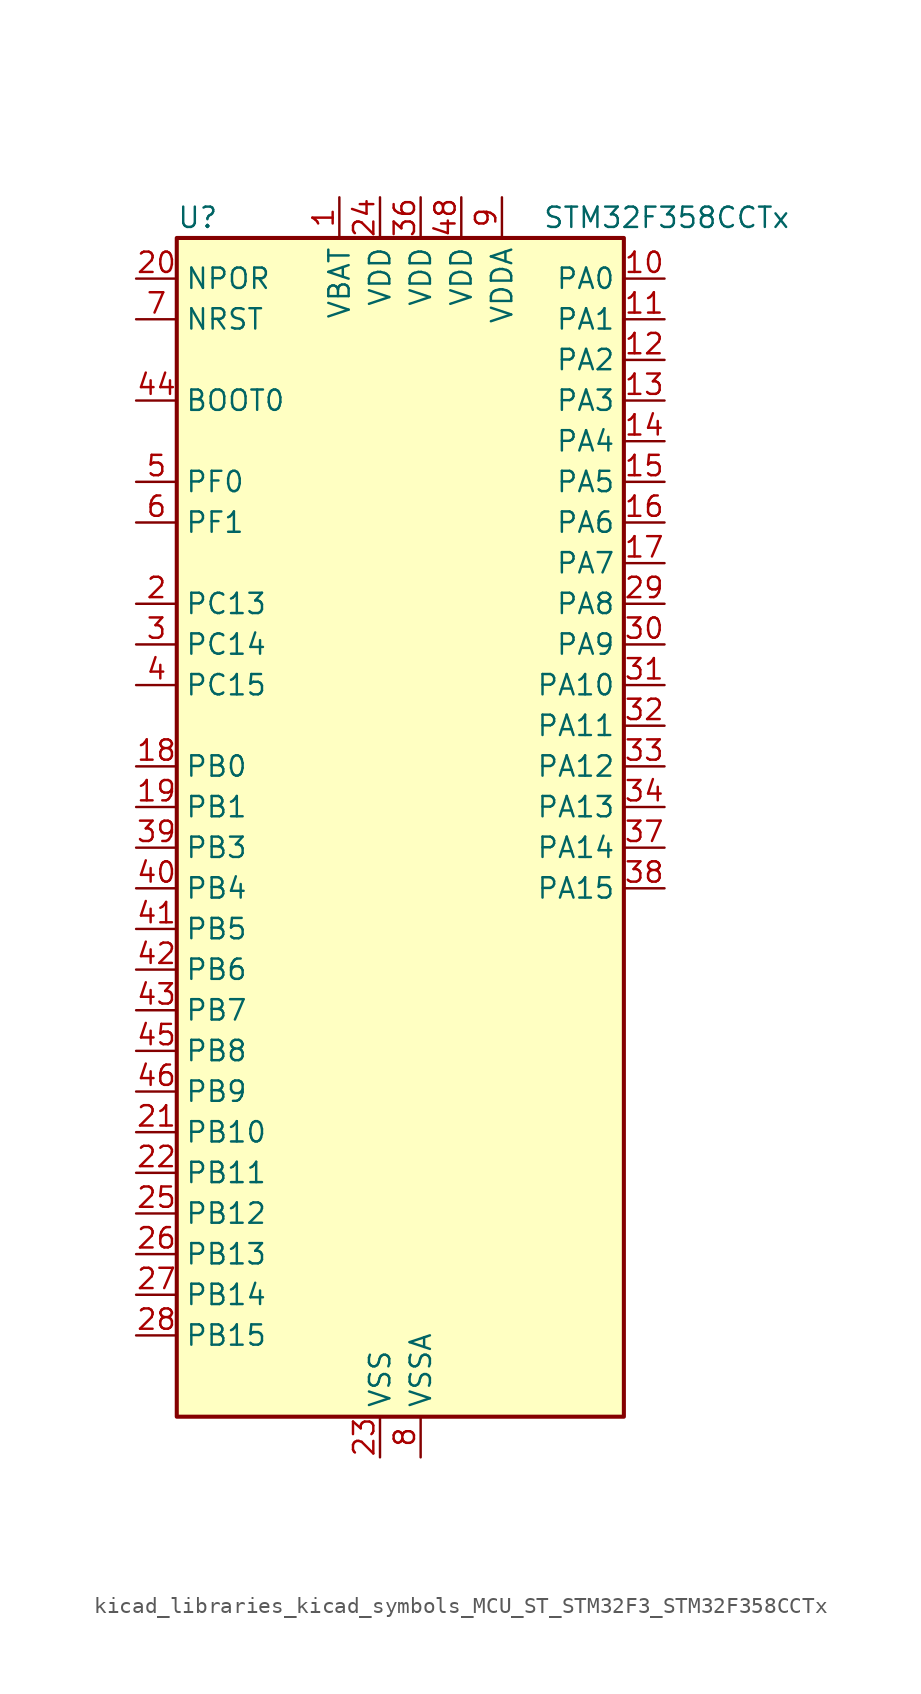
<source format=kicad_sym>
(kicad_symbol_lib
  (version 20220914)
  (generator kicad_symbol_editor)
  (symbol "kicad_libraries_kicad_symbols_MCU_ST_STM32F3_STM32F358CCTx"
    (property "Reference" "U"
      (at -12.7 39.37 0)
      (effects (font (size 1.27 1.27)) (justify left)))
    (property "Value" "STM32F358CCTx"
      (at 10.16 39.37 0)
      (effects (font (size 1.27 1.27)) (justify left)))
    (property "ki_locked" ""
      (at 0 0 0)
      (effects (font (size 1.27 1.27))))
    (symbol "kicad_libraries_kicad_symbols_MCU_ST_STM32F3_STM32F358CCTx_0_1"
      (rectangle (start -12.7 -35.56) (end 15.24 38.1) (stroke (width 0.254) (type default)) (fill (type background))))
    (symbol "kicad_libraries_kicad_symbols_MCU_ST_STM32F3_STM32F358CCTx_1_1"
      (pin power_in line (at -2.54 40.64 270) (length 2.54) (name "VBAT" (effects (font (size 1.27 1.27)))) (number "1" (effects (font (size 1.27 1.27)))))
      (pin bidirectional line (at 17.78 35.56 180) (length 2.54) (name "PA0" (effects (font (size 1.27 1.27)))) (number "10" (effects (font (size 1.27 1.27)))) (alternate "ADC1_IN1" bidirectional line) (alternate "COMP1_INM" bidirectional line) (alternate "COMP1_OUT" bidirectional line) (alternate "COMP7_INP" bidirectional line) (alternate "RTC_TAMP2" bidirectional line) (alternate "SYS_WKUP1" bidirectional line) (alternate "TIM2_CH1" bidirectional line) (alternate "TIM2_ETR" bidirectional line) (alternate "TIM8_BKIN" bidirectional line) (alternate "TIM8_ETR" bidirectional line) (alternate "TSC_G1_IO1" bidirectional line) (alternate "USART2_CTS" bidirectional line))
      (pin bidirectional line (at 17.78 33.02 180) (length 2.54) (name "PA1" (effects (font (size 1.27 1.27)))) (number "11" (effects (font (size 1.27 1.27)))) (alternate "ADC1_IN2" bidirectional line) (alternate "COMP1_INP" bidirectional line) (alternate "OPAMP1_VINP" bidirectional line) (alternate "OPAMP1_VINP_SEC" bidirectional line) (alternate "OPAMP3_VINP" bidirectional line) (alternate "OPAMP3_VINP_SEC" bidirectional line) (alternate "RTC_REFIN" bidirectional line) (alternate "TIM15_CH1N" bidirectional line) (alternate "TIM2_CH2" bidirectional line) (alternate "TSC_G1_IO2" bidirectional line) (alternate "USART2_DE" bidirectional line) (alternate "USART2_RTS" bidirectional line))
      (pin bidirectional line (at 17.78 30.48 180) (length 2.54) (name "PA2" (effects (font (size 1.27 1.27)))) (number "12" (effects (font (size 1.27 1.27)))) (alternate "ADC1_IN3" bidirectional line) (alternate "ADC3_EXTI2" bidirectional line) (alternate "ADC4_EXTI2" bidirectional line) (alternate "COMP2_INM" bidirectional line) (alternate "COMP2_OUT" bidirectional line) (alternate "OPAMP1_VOUT" bidirectional line) (alternate "TIM15_CH1" bidirectional line) (alternate "TIM2_CH3" bidirectional line) (alternate "TSC_G1_IO3" bidirectional line) (alternate "USART2_TX" bidirectional line))
      (pin bidirectional line (at 17.78 27.94 180) (length 2.54) (name "PA3" (effects (font (size 1.27 1.27)))) (number "13" (effects (font (size 1.27 1.27)))) (alternate "ADC1_IN4" bidirectional line) (alternate "COMP2_INP" bidirectional line) (alternate "OPAMP1_VINM" bidirectional line) (alternate "OPAMP1_VINM_SEC" bidirectional line) (alternate "OPAMP1_VINP" bidirectional line) (alternate "OPAMP1_VINP_SEC" bidirectional line) (alternate "TIM15_CH2" bidirectional line) (alternate "TIM2_CH4" bidirectional line) (alternate "TSC_G1_IO4" bidirectional line) (alternate "USART2_RX" bidirectional line))
      (pin bidirectional line (at 17.78 25.4 180) (length 2.54) (name "PA4" (effects (font (size 1.27 1.27)))) (number "14" (effects (font (size 1.27 1.27)))) (alternate "ADC2_IN1" bidirectional line) (alternate "COMP1_INM" bidirectional line) (alternate "COMP2_INM" bidirectional line) (alternate "COMP3_INM" bidirectional line) (alternate "COMP4_INM" bidirectional line) (alternate "COMP5_INM" bidirectional line) (alternate "COMP6_INM" bidirectional line) (alternate "COMP7_INM" bidirectional line) (alternate "DAC_OUT1" bidirectional line) (alternate "I2S3_WS" bidirectional line) (alternate "OPAMP4_VINP" bidirectional line) (alternate "OPAMP4_VINP_SEC" bidirectional line) (alternate "SPI1_NSS" bidirectional line) (alternate "SPI3_NSS" bidirectional line) (alternate "TIM3_CH2" bidirectional line) (alternate "TSC_G2_IO1" bidirectional line) (alternate "USART2_CK" bidirectional line))
      (pin bidirectional line (at 17.78 22.86 180) (length 2.54) (name "PA5" (effects (font (size 1.27 1.27)))) (number "15" (effects (font (size 1.27 1.27)))) (alternate "ADC2_IN2" bidirectional line) (alternate "COMP1_INM" bidirectional line) (alternate "COMP2_INM" bidirectional line) (alternate "COMP3_INM" bidirectional line) (alternate "COMP4_INM" bidirectional line) (alternate "COMP5_INM" bidirectional line) (alternate "COMP6_INM" bidirectional line) (alternate "COMP7_INM" bidirectional line) (alternate "DAC_OUT2" bidirectional line) (alternate "OPAMP1_VINP" bidirectional line) (alternate "OPAMP1_VINP_SEC" bidirectional line) (alternate "OPAMP2_VINM" bidirectional line) (alternate "OPAMP2_VINM_SEC" bidirectional line) (alternate "OPAMP3_VINP" bidirectional line) (alternate "OPAMP3_VINP_SEC" bidirectional line) (alternate "SPI1_SCK" bidirectional line) (alternate "TIM2_CH1" bidirectional line) (alternate "TIM2_ETR" bidirectional line) (alternate "TSC_G2_IO2" bidirectional line))
      (pin bidirectional line (at 17.78 20.32 180) (length 2.54) (name "PA6" (effects (font (size 1.27 1.27)))) (number "16" (effects (font (size 1.27 1.27)))) (alternate "ADC2_IN3" bidirectional line) (alternate "COMP1_OUT" bidirectional line) (alternate "OPAMP2_VOUT" bidirectional line) (alternate "SPI1_MISO" bidirectional line) (alternate "TIM16_CH1" bidirectional line) (alternate "TIM1_BKIN" bidirectional line) (alternate "TIM3_CH1" bidirectional line) (alternate "TIM8_BKIN" bidirectional line) (alternate "TSC_G2_IO3" bidirectional line))
      (pin bidirectional line (at 17.78 17.78 180) (length 2.54) (name "PA7" (effects (font (size 1.27 1.27)))) (number "17" (effects (font (size 1.27 1.27)))) (alternate "ADC2_IN4" bidirectional line) (alternate "COMP2_INP" bidirectional line) (alternate "COMP2_OUT" bidirectional line) (alternate "OPAMP1_VINP" bidirectional line) (alternate "OPAMP1_VINP_SEC" bidirectional line) (alternate "OPAMP2_VINP" bidirectional line) (alternate "OPAMP2_VINP_SEC" bidirectional line) (alternate "SPI1_MOSI" bidirectional line) (alternate "TIM17_CH1" bidirectional line) (alternate "TIM1_CH1N" bidirectional line) (alternate "TIM3_CH2" bidirectional line) (alternate "TIM8_CH1N" bidirectional line) (alternate "TSC_G2_IO4" bidirectional line))
      (pin bidirectional line (at -15.24 5.08 0) (length 2.54) (name "PB0" (effects (font (size 1.27 1.27)))) (number "18" (effects (font (size 1.27 1.27)))) (alternate "ADC3_IN12" bidirectional line) (alternate "COMP4_INP" bidirectional line) (alternate "OPAMP2_VINP" bidirectional line) (alternate "OPAMP2_VINP_SEC" bidirectional line) (alternate "OPAMP3_VINP" bidirectional line) (alternate "OPAMP3_VINP_SEC" bidirectional line) (alternate "TIM1_CH2N" bidirectional line) (alternate "TIM3_CH3" bidirectional line) (alternate "TIM8_CH2N" bidirectional line) (alternate "TSC_G3_IO2" bidirectional line))
      (pin bidirectional line (at -15.24 2.54 0) (length 2.54) (name "PB1" (effects (font (size 1.27 1.27)))) (number "19" (effects (font (size 1.27 1.27)))) (alternate "ADC3_IN1" bidirectional line) (alternate "COMP4_OUT" bidirectional line) (alternate "OPAMP3_VOUT" bidirectional line) (alternate "TIM1_CH3N" bidirectional line) (alternate "TIM3_CH4" bidirectional line) (alternate "TIM8_CH3N" bidirectional line) (alternate "TSC_G3_IO3" bidirectional line))
      (pin bidirectional line (at -15.24 15.24 0) (length 2.54) (name "PC13" (effects (font (size 1.27 1.27)))) (number "2" (effects (font (size 1.27 1.27)))) (alternate "RTC_OUT_ALARM" bidirectional line) (alternate "RTC_OUT_CALIB" bidirectional line) (alternate "RTC_TAMP1" bidirectional line) (alternate "RTC_TS" bidirectional line) (alternate "SYS_WKUP2" bidirectional line) (alternate "TIM1_CH1N" bidirectional line))
      (pin input line (at -15.24 35.56 0) (length 2.54) (name "NPOR" (effects (font (size 1.27 1.27)))) (number "20" (effects (font (size 1.27 1.27)))))
      (pin bidirectional line (at -15.24 -17.78 0) (length 2.54) (name "PB10" (effects (font (size 1.27 1.27)))) (number "21" (effects (font (size 1.27 1.27)))) (alternate "COMP5_INM" bidirectional line) (alternate "OPAMP3_VINM" bidirectional line) (alternate "OPAMP3_VINM_SEC" bidirectional line) (alternate "OPAMP4_VINM" bidirectional line) (alternate "OPAMP4_VINM_SEC" bidirectional line) (alternate "TIM2_CH3" bidirectional line) (alternate "TSC_SYNC" bidirectional line) (alternate "USART3_TX" bidirectional line))
      (pin bidirectional line (at -15.24 -20.32 0) (length 2.54) (name "PB11" (effects (font (size 1.27 1.27)))) (number "22" (effects (font (size 1.27 1.27)))) (alternate "ADC1_EXTI11" bidirectional line) (alternate "ADC2_EXTI11" bidirectional line) (alternate "COMP6_INP" bidirectional line) (alternate "OPAMP4_VINP" bidirectional line) (alternate "OPAMP4_VINP_SEC" bidirectional line) (alternate "TIM2_CH4" bidirectional line) (alternate "TSC_G6_IO1" bidirectional line) (alternate "USART3_RX" bidirectional line))
      (pin power_in line (at 0 -38.1 90) (length 2.54) (name "VSS" (effects (font (size 1.27 1.27)))) (number "23" (effects (font (size 1.27 1.27)))))
      (pin power_in line (at 0 40.64 270) (length 2.54) (name "VDD" (effects (font (size 1.27 1.27)))) (number "24" (effects (font (size 1.27 1.27)))))
      (pin bidirectional line (at -15.24 -22.86 0) (length 2.54) (name "PB12" (effects (font (size 1.27 1.27)))) (number "25" (effects (font (size 1.27 1.27)))) (alternate "ADC4_IN3" bidirectional line) (alternate "COMP3_INM" bidirectional line) (alternate "I2C2_SMBA" bidirectional line) (alternate "I2S2_WS" bidirectional line) (alternate "OPAMP4_VOUT" bidirectional line) (alternate "SPI2_NSS" bidirectional line) (alternate "TIM1_BKIN" bidirectional line) (alternate "TSC_G6_IO2" bidirectional line) (alternate "USART3_CK" bidirectional line))
      (pin bidirectional line (at -15.24 -25.4 0) (length 2.54) (name "PB13" (effects (font (size 1.27 1.27)))) (number "26" (effects (font (size 1.27 1.27)))) (alternate "ADC3_IN5" bidirectional line) (alternate "COMP5_INP" bidirectional line) (alternate "I2S2_CK" bidirectional line) (alternate "OPAMP3_VINP" bidirectional line) (alternate "OPAMP3_VINP_SEC" bidirectional line) (alternate "OPAMP4_VINP" bidirectional line) (alternate "OPAMP4_VINP_SEC" bidirectional line) (alternate "SPI2_SCK" bidirectional line) (alternate "TIM1_CH1N" bidirectional line) (alternate "TSC_G6_IO3" bidirectional line) (alternate "USART3_CTS" bidirectional line))
      (pin bidirectional line (at -15.24 -27.94 0) (length 2.54) (name "PB14" (effects (font (size 1.27 1.27)))) (number "27" (effects (font (size 1.27 1.27)))) (alternate "ADC4_IN4" bidirectional line) (alternate "COMP3_INP" bidirectional line) (alternate "I2S2_ext_SD" bidirectional line) (alternate "OPAMP2_VINP" bidirectional line) (alternate "OPAMP2_VINP_SEC" bidirectional line) (alternate "SPI2_MISO" bidirectional line) (alternate "TIM15_CH1" bidirectional line) (alternate "TIM1_CH2N" bidirectional line) (alternate "TSC_G6_IO4" bidirectional line) (alternate "USART3_DE" bidirectional line) (alternate "USART3_RTS" bidirectional line))
      (pin bidirectional line (at -15.24 -30.48 0) (length 2.54) (name "PB15" (effects (font (size 1.27 1.27)))) (number "28" (effects (font (size 1.27 1.27)))) (alternate "ADC1_EXTI15" bidirectional line) (alternate "ADC2_EXTI15" bidirectional line) (alternate "ADC4_IN5" bidirectional line) (alternate "COMP6_INM" bidirectional line) (alternate "I2S2_SD" bidirectional line) (alternate "RTC_REFIN" bidirectional line) (alternate "SPI2_MOSI" bidirectional line) (alternate "TIM15_CH1N" bidirectional line) (alternate "TIM15_CH2" bidirectional line) (alternate "TIM1_CH3N" bidirectional line))
      (pin bidirectional line (at 17.78 15.24 180) (length 2.54) (name "PA8" (effects (font (size 1.27 1.27)))) (number "29" (effects (font (size 1.27 1.27)))) (alternate "COMP3_OUT" bidirectional line) (alternate "I2C2_SMBA" bidirectional line) (alternate "I2S2_MCK" bidirectional line) (alternate "RCC_MCO" bidirectional line) (alternate "TIM1_CH1" bidirectional line) (alternate "TIM4_ETR" bidirectional line) (alternate "USART1_CK" bidirectional line))
      (pin bidirectional line (at -15.24 12.7 0) (length 2.54) (name "PC14" (effects (font (size 1.27 1.27)))) (number "3" (effects (font (size 1.27 1.27)))) (alternate "RCC_OSC32_IN" bidirectional line))
      (pin bidirectional line (at 17.78 12.7 180) (length 2.54) (name "PA9" (effects (font (size 1.27 1.27)))) (number "30" (effects (font (size 1.27 1.27)))) (alternate "COMP5_OUT" bidirectional line) (alternate "DAC_EXTI9" bidirectional line) (alternate "I2C2_SCL" bidirectional line) (alternate "I2S3_MCK" bidirectional line) (alternate "TIM15_BKIN" bidirectional line) (alternate "TIM1_CH2" bidirectional line) (alternate "TIM2_CH3" bidirectional line) (alternate "TSC_G4_IO1" bidirectional line) (alternate "USART1_TX" bidirectional line))
      (pin bidirectional line (at 17.78 10.16 180) (length 2.54) (name "PA10" (effects (font (size 1.27 1.27)))) (number "31" (effects (font (size 1.27 1.27)))) (alternate "COMP6_OUT" bidirectional line) (alternate "I2C2_SDA" bidirectional line) (alternate "TIM17_BKIN" bidirectional line) (alternate "TIM1_CH3" bidirectional line) (alternate "TIM2_CH4" bidirectional line) (alternate "TIM8_BKIN" bidirectional line) (alternate "TSC_G4_IO2" bidirectional line) (alternate "USART1_RX" bidirectional line))
      (pin bidirectional line (at 17.78 7.62 180) (length 2.54) (name "PA11" (effects (font (size 1.27 1.27)))) (number "32" (effects (font (size 1.27 1.27)))) (alternate "ADC1_EXTI11" bidirectional line) (alternate "ADC2_EXTI11" bidirectional line) (alternate "CAN_RX" bidirectional line) (alternate "COMP1_OUT" bidirectional line) (alternate "TIM1_BKIN2" bidirectional line) (alternate "TIM1_CH1N" bidirectional line) (alternate "TIM1_CH4" bidirectional line) (alternate "TIM4_CH1" bidirectional line) (alternate "USART1_CTS" bidirectional line))
      (pin bidirectional line (at 17.78 5.08 180) (length 2.54) (name "PA12" (effects (font (size 1.27 1.27)))) (number "33" (effects (font (size 1.27 1.27)))) (alternate "CAN_TX" bidirectional line) (alternate "COMP2_OUT" bidirectional line) (alternate "TIM16_CH1" bidirectional line) (alternate "TIM1_CH2N" bidirectional line) (alternate "TIM1_ETR" bidirectional line) (alternate "TIM4_CH2" bidirectional line) (alternate "USART1_DE" bidirectional line) (alternate "USART1_RTS" bidirectional line))
      (pin bidirectional line (at 17.78 2.54 180) (length 2.54) (name "PA13" (effects (font (size 1.27 1.27)))) (number "34" (effects (font (size 1.27 1.27)))) (alternate "IR_OUT" bidirectional line) (alternate "SYS_JTMS-SWDIO" bidirectional line) (alternate "TIM16_CH1N" bidirectional line) (alternate "TIM4_CH3" bidirectional line) (alternate "TSC_G4_IO3" bidirectional line) (alternate "USART3_CTS" bidirectional line))
      (pin passive line (at 0 -38.1 90) (length 2.54) hide (name "VSS" (effects (font (size 1.27 1.27)))) (number "35" (effects (font (size 1.27 1.27)))))
      (pin power_in line (at 2.54 40.64 270) (length 2.54) (name "VDD" (effects (font (size 1.27 1.27)))) (number "36" (effects (font (size 1.27 1.27)))))
      (pin bidirectional line (at 17.78 0 180) (length 2.54) (name "PA14" (effects (font (size 1.27 1.27)))) (number "37" (effects (font (size 1.27 1.27)))) (alternate "I2C1_SDA" bidirectional line) (alternate "SYS_JTCK-SWCLK" bidirectional line) (alternate "TIM1_BKIN" bidirectional line) (alternate "TIM8_CH2" bidirectional line) (alternate "TSC_G4_IO4" bidirectional line) (alternate "USART2_TX" bidirectional line))
      (pin bidirectional line (at 17.78 -2.54 180) (length 2.54) (name "PA15" (effects (font (size 1.27 1.27)))) (number "38" (effects (font (size 1.27 1.27)))) (alternate "ADC1_EXTI15" bidirectional line) (alternate "ADC2_EXTI15" bidirectional line) (alternate "I2C1_SCL" bidirectional line) (alternate "I2S3_WS" bidirectional line) (alternate "SPI1_NSS" bidirectional line) (alternate "SPI3_NSS" bidirectional line) (alternate "SYS_JTDI" bidirectional line) (alternate "TIM1_BKIN" bidirectional line) (alternate "TIM2_CH1" bidirectional line) (alternate "TIM2_ETR" bidirectional line) (alternate "TIM8_CH1" bidirectional line) (alternate "USART2_RX" bidirectional line))
      (pin bidirectional line (at -15.24 0 0) (length 2.54) (name "PB3" (effects (font (size 1.27 1.27)))) (number "39" (effects (font (size 1.27 1.27)))) (alternate "I2S3_CK" bidirectional line) (alternate "SPI1_SCK" bidirectional line) (alternate "SPI3_SCK" bidirectional line) (alternate "SYS_JTDO-TRACESWO" bidirectional line) (alternate "TIM2_CH2" bidirectional line) (alternate "TIM3_ETR" bidirectional line) (alternate "TIM4_ETR" bidirectional line) (alternate "TIM8_CH1N" bidirectional line) (alternate "TSC_G5_IO1" bidirectional line) (alternate "USART2_TX" bidirectional line))
      (pin bidirectional line (at -15.24 10.16 0) (length 2.54) (name "PC15" (effects (font (size 1.27 1.27)))) (number "4" (effects (font (size 1.27 1.27)))) (alternate "ADC1_EXTI15" bidirectional line) (alternate "ADC2_EXTI15" bidirectional line) (alternate "RCC_OSC32_OUT" bidirectional line))
      (pin bidirectional line (at -15.24 -2.54 0) (length 2.54) (name "PB4" (effects (font (size 1.27 1.27)))) (number "40" (effects (font (size 1.27 1.27)))) (alternate "I2S3_ext_SD" bidirectional line) (alternate "SPI1_MISO" bidirectional line) (alternate "SPI3_MISO" bidirectional line) (alternate "SYS_NJTRST" bidirectional line) (alternate "TIM16_CH1" bidirectional line) (alternate "TIM17_BKIN" bidirectional line) (alternate "TIM3_CH1" bidirectional line) (alternate "TIM8_CH2N" bidirectional line) (alternate "TSC_G5_IO2" bidirectional line) (alternate "USART2_RX" bidirectional line))
      (pin bidirectional line (at -15.24 -5.08 0) (length 2.54) (name "PB5" (effects (font (size 1.27 1.27)))) (number "41" (effects (font (size 1.27 1.27)))) (alternate "I2C1_SMBA" bidirectional line) (alternate "I2S3_SD" bidirectional line) (alternate "SPI1_MOSI" bidirectional line) (alternate "SPI3_MOSI" bidirectional line) (alternate "TIM16_BKIN" bidirectional line) (alternate "TIM17_CH1" bidirectional line) (alternate "TIM3_CH2" bidirectional line) (alternate "TIM8_CH3N" bidirectional line) (alternate "USART2_CK" bidirectional line))
      (pin bidirectional line (at -15.24 -7.62 0) (length 2.54) (name "PB6" (effects (font (size 1.27 1.27)))) (number "42" (effects (font (size 1.27 1.27)))) (alternate "I2C1_SCL" bidirectional line) (alternate "TIM16_CH1N" bidirectional line) (alternate "TIM4_CH1" bidirectional line) (alternate "TIM8_BKIN2" bidirectional line) (alternate "TIM8_CH1" bidirectional line) (alternate "TIM8_ETR" bidirectional line) (alternate "TSC_G5_IO3" bidirectional line) (alternate "USART1_TX" bidirectional line))
      (pin bidirectional line (at -15.24 -10.16 0) (length 2.54) (name "PB7" (effects (font (size 1.27 1.27)))) (number "43" (effects (font (size 1.27 1.27)))) (alternate "I2C1_SDA" bidirectional line) (alternate "TIM17_CH1N" bidirectional line) (alternate "TIM3_CH4" bidirectional line) (alternate "TIM4_CH2" bidirectional line) (alternate "TIM8_BKIN" bidirectional line) (alternate "TSC_G5_IO4" bidirectional line) (alternate "USART1_RX" bidirectional line))
      (pin input line (at -15.24 27.94 0) (length 2.54) (name "BOOT0" (effects (font (size 1.27 1.27)))) (number "44" (effects (font (size 1.27 1.27)))))
      (pin bidirectional line (at -15.24 -12.7 0) (length 2.54) (name "PB8" (effects (font (size 1.27 1.27)))) (number "45" (effects (font (size 1.27 1.27)))) (alternate "CAN_RX" bidirectional line) (alternate "COMP1_OUT" bidirectional line) (alternate "I2C1_SCL" bidirectional line) (alternate "TIM16_CH1" bidirectional line) (alternate "TIM1_BKIN" bidirectional line) (alternate "TIM4_CH3" bidirectional line) (alternate "TIM8_CH2" bidirectional line) (alternate "TSC_SYNC" bidirectional line))
      (pin bidirectional line (at -15.24 -15.24 0) (length 2.54) (name "PB9" (effects (font (size 1.27 1.27)))) (number "46" (effects (font (size 1.27 1.27)))) (alternate "CAN_TX" bidirectional line) (alternate "COMP2_OUT" bidirectional line) (alternate "DAC_EXTI9" bidirectional line) (alternate "I2C1_SDA" bidirectional line) (alternate "IR_OUT" bidirectional line) (alternate "TIM17_CH1" bidirectional line) (alternate "TIM4_CH4" bidirectional line) (alternate "TIM8_CH3" bidirectional line))
      (pin passive line (at 0 -38.1 90) (length 2.54) hide (name "VSS" (effects (font (size 1.27 1.27)))) (number "47" (effects (font (size 1.27 1.27)))))
      (pin power_in line (at 5.08 40.64 270) (length 2.54) (name "VDD" (effects (font (size 1.27 1.27)))) (number "48" (effects (font (size 1.27 1.27)))))
      (pin bidirectional line (at -15.24 22.86 0) (length 2.54) (name "PF0" (effects (font (size 1.27 1.27)))) (number "5" (effects (font (size 1.27 1.27)))) (alternate "I2C2_SDA" bidirectional line) (alternate "RCC_OSC_IN" bidirectional line) (alternate "TIM1_CH3N" bidirectional line))
      (pin bidirectional line (at -15.24 20.32 0) (length 2.54) (name "PF1" (effects (font (size 1.27 1.27)))) (number "6" (effects (font (size 1.27 1.27)))) (alternate "I2C2_SCL" bidirectional line) (alternate "RCC_OSC_OUT" bidirectional line))
      (pin input line (at -15.24 33.02 0) (length 2.54) (name "NRST" (effects (font (size 1.27 1.27)))) (number "7" (effects (font (size 1.27 1.27)))))
      (pin power_in line (at 2.54 -38.1 90) (length 2.54) (name "VSSA" (effects (font (size 1.27 1.27)))) (number "8" (effects (font (size 1.27 1.27)))))
      (pin power_in line (at 7.62 40.64 270) (length 2.54) (name "VDDA" (effects (font (size 1.27 1.27)))) (number "9" (effects (font (size 1.27 1.27))))))))
</source>
